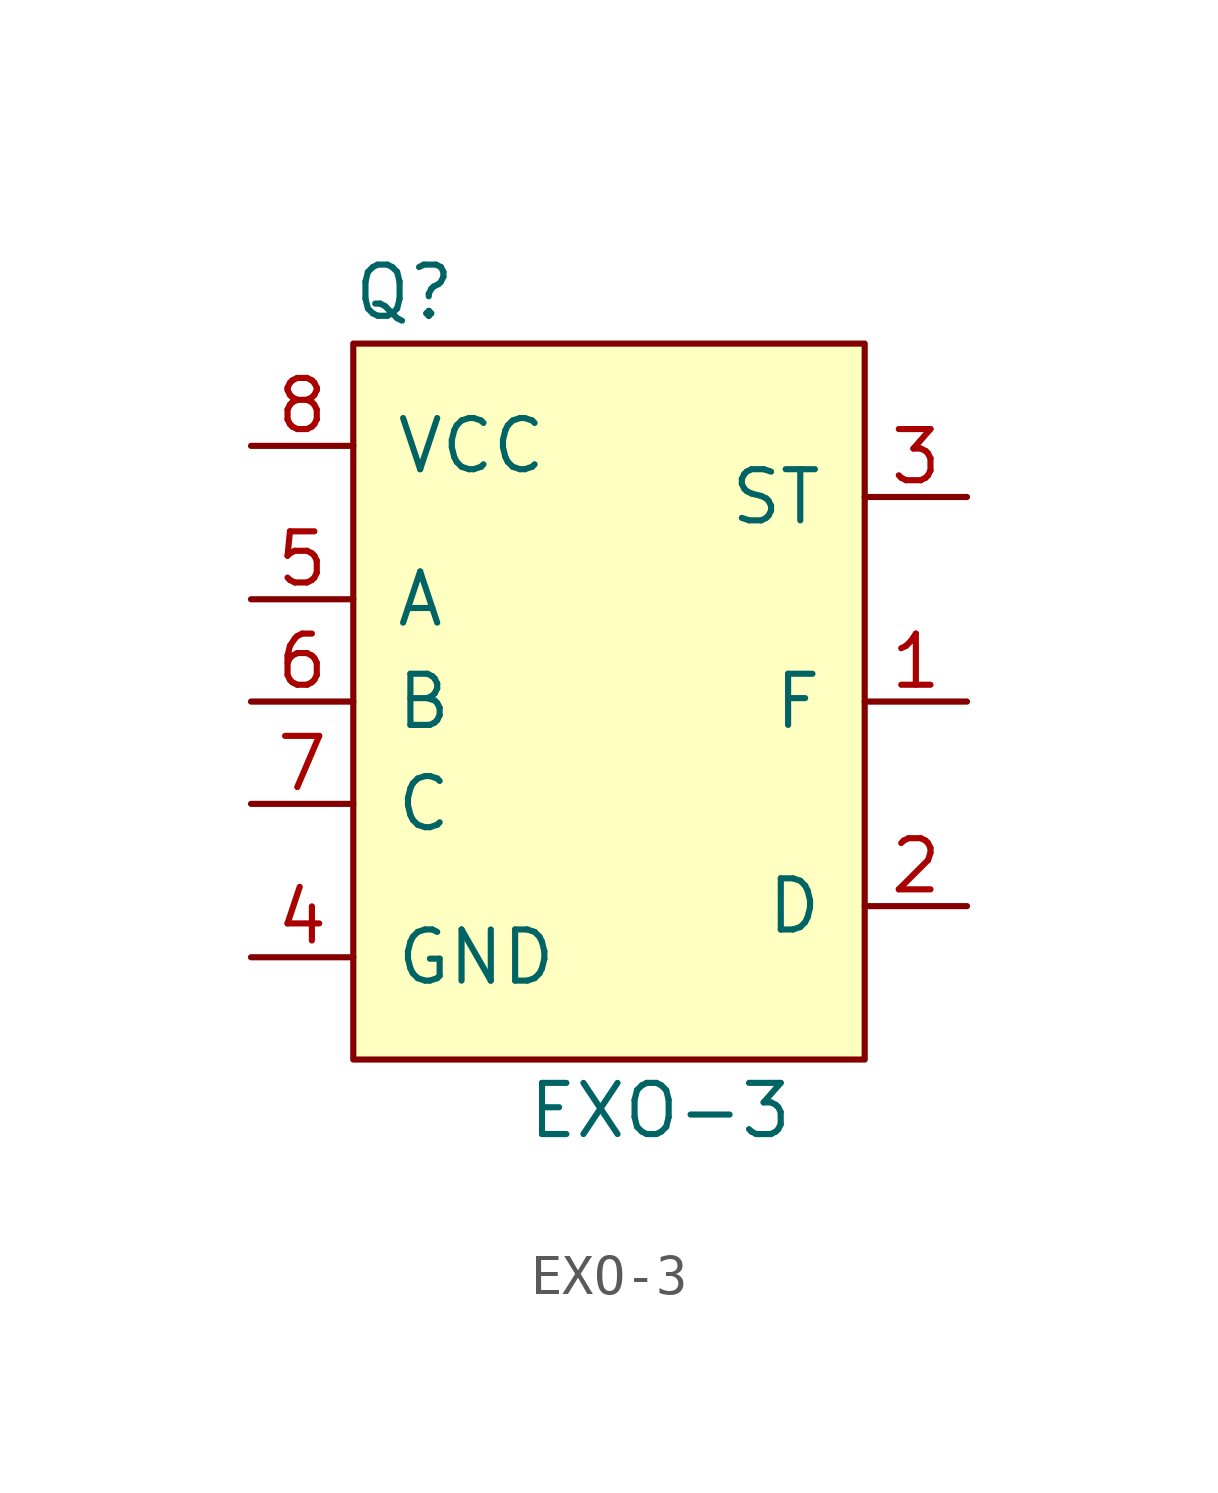
<source format=kicad_sym>
(kicad_symbol_lib
  (version 20211014)
  (generator kicad_symbol_editor)
  (symbol "EXO-3"
    (pin_names
      (offset 1.016))
    (property "Reference" "Q"
      (at -5.08 10.16 0)
      (effects (font (size 1.27 1.27))))
    (property "Value" "EXO-3"
      (at 1.27 -10.16 0)
      (effects (font (size 1.27 1.27))))
    (symbol "EXO-3_0_1"
      (rectangle (start -6.35 8.89) (end 6.35 -8.89) (stroke (width 0) (type default) (color 0 0 0 0)) (fill (type background))))
    (symbol "EXO-3_1_1"
      (pin output line (at 8.89 0 180) (length 2.54) (name "F" (effects (font (size 1.27 1.27)))) (number "1" (effects (font (size 1.27 1.27)))))
      (pin output line (at 8.89 -5.08 180) (length 2.54) (name "D" (effects (font (size 1.27 1.27)))) (number "2" (effects (font (size 1.27 1.27)))))
      (pin output line (at 8.89 5.08 180) (length 2.54) (name "ST" (effects (font (size 1.27 1.27)))) (number "3" (effects (font (size 1.27 1.27)))))
      (pin power_in line (at -8.89 -6.35 0) (length 2.54) (name "GND" (effects (font (size 1.27 1.27)))) (number "4" (effects (font (size 1.27 1.27)))))
      (pin input line (at -8.89 2.54 0) (length 2.54) (name "A" (effects (font (size 1.27 1.27)))) (number "5" (effects (font (size 1.27 1.27)))))
      (pin input line (at -8.89 0 0) (length 2.54) (name "B" (effects (font (size 1.27 1.27)))) (number "6" (effects (font (size 1.27 1.27)))))
      (pin input line (at -8.89 -2.54 0) (length 2.54) (name "C" (effects (font (size 1.27 1.27)))) (number "7" (effects (font (size 1.27 1.27)))))
      (pin power_in line (at -8.89 6.35 0) (length 2.54) (name "VCC" (effects (font (size 1.27 1.27)))) (number "8" (effects (font (size 1.27 1.27))))))))
</source>
